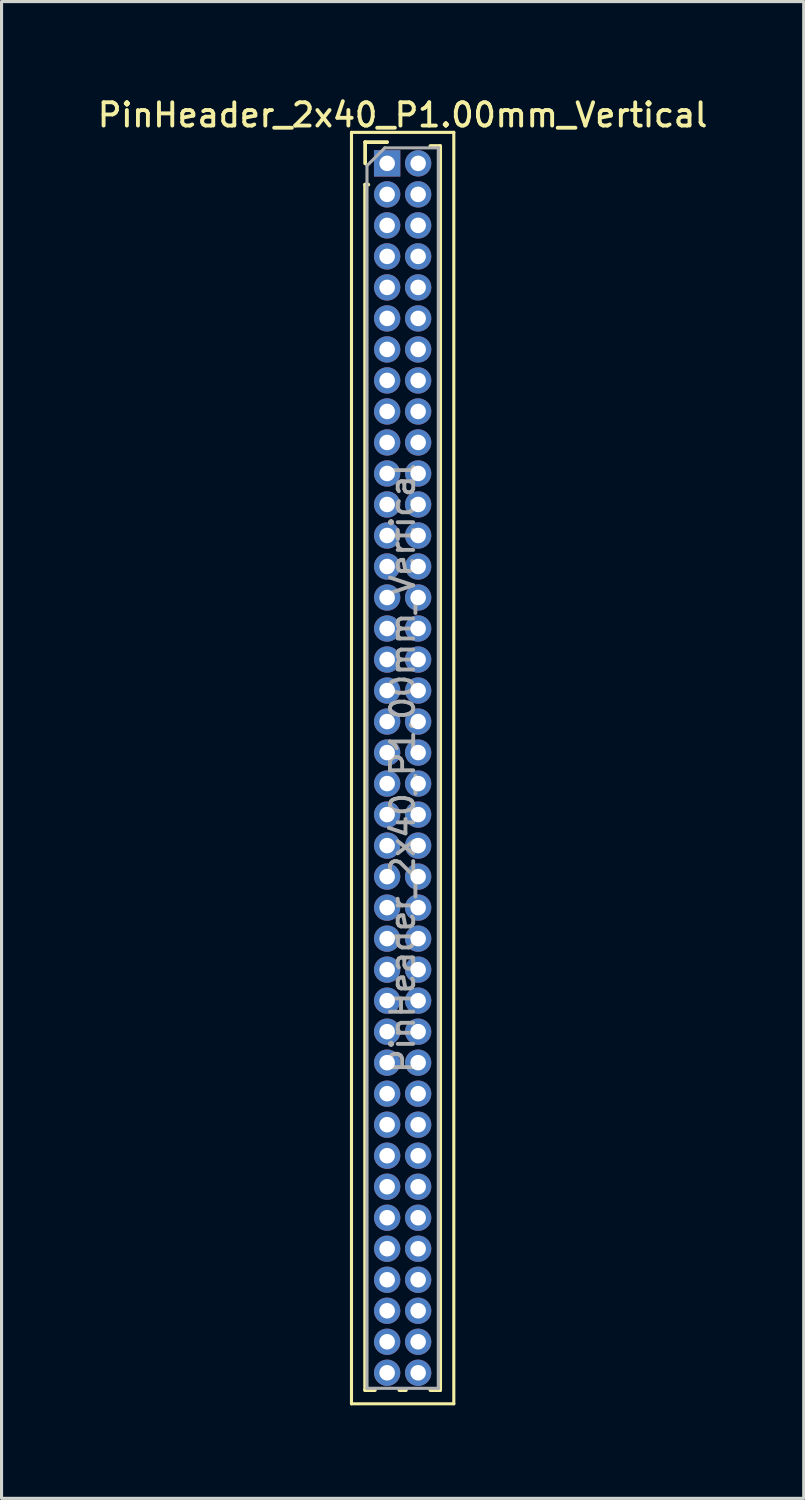
<source format=kicad_pcb>
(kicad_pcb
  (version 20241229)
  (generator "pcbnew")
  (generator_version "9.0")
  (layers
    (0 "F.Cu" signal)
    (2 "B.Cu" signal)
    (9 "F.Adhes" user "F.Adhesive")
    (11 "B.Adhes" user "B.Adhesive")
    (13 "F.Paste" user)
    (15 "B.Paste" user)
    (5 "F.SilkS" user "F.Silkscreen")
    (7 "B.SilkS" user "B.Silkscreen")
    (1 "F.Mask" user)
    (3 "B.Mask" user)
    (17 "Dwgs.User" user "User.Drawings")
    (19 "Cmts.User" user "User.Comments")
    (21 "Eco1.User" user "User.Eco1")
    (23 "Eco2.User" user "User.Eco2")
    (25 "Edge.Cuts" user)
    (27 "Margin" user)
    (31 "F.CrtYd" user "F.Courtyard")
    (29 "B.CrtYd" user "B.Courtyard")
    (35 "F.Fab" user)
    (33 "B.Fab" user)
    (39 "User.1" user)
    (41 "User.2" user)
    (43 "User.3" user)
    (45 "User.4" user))
  (footprint "PinHeader_2x40_P1.00mm_Vertical"
    (layer "F.Cu")
    (at 9.434 2.218)
    (property "Reference" "PinHeader_2x40_P1.00mm_Vertical" (at 0.5 -1.56 0) (layer "F.SilkS") (effects (font (size 0.75 0.75) (thickness 0.125))))
    (attr through_hole)
    (fp_line (start -1.15 -1) (end -1.15 40) (stroke (width 0.1) (type solid)) (layer "F.SilkS"))
    (fp_line (start -1.15 40) (end 2.15 40) (stroke (width 0.1) (type solid)) (layer "F.SilkS"))
    (fp_line (start -0.71 -0.685) (end 0 -0.685) (stroke (width 0.12) (type solid)) (layer "F.SilkS"))
    (fp_line (start -0.71 0) (end -0.71 -0.685) (stroke (width 0.12) (type solid)) (layer "F.SilkS"))
    (fp_line (start -0.71 0.685) (end -0.71 39.56) (stroke (width 0.12) (type solid)) (layer "F.SilkS"))
    (fp_line (start -0.71 0.685) (end -0.608 0.685) (stroke (width 0.12) (type solid)) (layer "F.SilkS"))
    (fp_line (start -0.71 39.56) (end -0.394 39.56) (stroke (width 0.12) (type solid)) (layer "F.SilkS"))
    (fp_line (start 0.394 39.56) (end 0.606 39.56) (stroke (width 0.12) (type solid)) (layer "F.SilkS"))
    (fp_line (start 1.394 -0.56) (end 1.71 -0.56) (stroke (width 0.12) (type solid)) (layer "F.SilkS"))
    (fp_line (start 1.394 39.56) (end 1.71 39.56) (stroke (width 0.12) (type solid)) (layer "F.SilkS"))
    (fp_line (start 1.71 -0.56) (end 1.71 39.56) (stroke (width 0.12) (type solid)) (layer "F.SilkS"))
    (fp_line (start 2.15 -1) (end -1.15 -1) (stroke (width 0.1) (type solid)) (layer "F.SilkS"))
    (fp_line (start 2.15 40) (end 2.15 -1) (stroke (width 0.1) (type solid)) (layer "F.SilkS"))
    (fp_line (start -0.65 0.075) (end -0.075 -0.5) (stroke (width 0.1) (type solid)) (layer "F.Fab"))
    (fp_line (start -0.65 39.5) (end -0.65 0.075) (stroke (width 0.1) (type solid)) (layer "F.Fab"))
    (fp_line (start -0.075 -0.5) (end 1.65 -0.5) (stroke (width 0.1) (type solid)) (layer "F.Fab"))
    (fp_line (start 1.65 -0.5) (end 1.65 39.5) (stroke (width 0.1) (type solid)) (layer "F.Fab"))
    (fp_line (start 1.65 39.5) (end -0.65 39.5) (stroke (width 0.1) (type solid)) (layer "F.Fab"))
    (fp_text user "${REFERENCE}" (at 0.5 19.5 90) (layer "F.Fab") (effects (font (size 0.75 0.75) (thickness 0.125))))
    (pad "1" thru_hole rect (at 0 0) (size 0.85 0.85) (drill 0.5) (layers "*.Cu" "*.Mask"))
    (pad "2" thru_hole oval (at 1 0) (size 0.85 0.85) (drill 0.5) (layers "*.Cu" "*.Mask"))
    (pad "3" thru_hole oval (at 0 1) (size 0.85 0.85) (drill 0.5) (layers "*.Cu" "*.Mask"))
    (pad "4" thru_hole oval (at 1 1) (size 0.85 0.85) (drill 0.5) (layers "*.Cu" "*.Mask"))
    (pad "5" thru_hole oval (at 0 2) (size 0.85 0.85) (drill 0.5) (layers "*.Cu" "*.Mask"))
    (pad "6" thru_hole oval (at 1 2) (size 0.85 0.85) (drill 0.5) (layers "*.Cu" "*.Mask"))
    (pad "7" thru_hole oval (at 0 3) (size 0.85 0.85) (drill 0.5) (layers "*.Cu" "*.Mask"))
    (pad "8" thru_hole oval (at 1 3) (size 0.85 0.85) (drill 0.5) (layers "*.Cu" "*.Mask"))
    (pad "9" thru_hole oval (at 0 4) (size 0.85 0.85) (drill 0.5) (layers "*.Cu" "*.Mask"))
    (pad "10" thru_hole oval (at 1 4) (size 0.85 0.85) (drill 0.5) (layers "*.Cu" "*.Mask"))
    (pad "11" thru_hole oval (at 0 5) (size 0.85 0.85) (drill 0.5) (layers "*.Cu" "*.Mask"))
    (pad "12" thru_hole oval (at 1 5) (size 0.85 0.85) (drill 0.5) (layers "*.Cu" "*.Mask"))
    (pad "13" thru_hole oval (at 0 6) (size 0.85 0.85) (drill 0.5) (layers "*.Cu" "*.Mask"))
    (pad "14" thru_hole oval (at 1 6) (size 0.85 0.85) (drill 0.5) (layers "*.Cu" "*.Mask"))
    (pad "15" thru_hole oval (at 0 7) (size 0.85 0.85) (drill 0.5) (layers "*.Cu" "*.Mask"))
    (pad "16" thru_hole oval (at 1 7) (size 0.85 0.85) (drill 0.5) (layers "*.Cu" "*.Mask"))
    (pad "17" thru_hole oval (at 0 8) (size 0.85 0.85) (drill 0.5) (layers "*.Cu" "*.Mask"))
    (pad "18" thru_hole oval (at 1 8) (size 0.85 0.85) (drill 0.5) (layers "*.Cu" "*.Mask"))
    (pad "19" thru_hole oval (at 0 9) (size 0.85 0.85) (drill 0.5) (layers "*.Cu" "*.Mask"))
    (pad "20" thru_hole oval (at 1 9) (size 0.85 0.85) (drill 0.5) (layers "*.Cu" "*.Mask"))
    (pad "21" thru_hole oval (at 0 10) (size 0.85 0.85) (drill 0.5) (layers "*.Cu" "*.Mask"))
    (pad "22" thru_hole oval (at 1 10) (size 0.85 0.85) (drill 0.5) (layers "*.Cu" "*.Mask"))
    (pad "23" thru_hole oval (at 0 11) (size 0.85 0.85) (drill 0.5) (layers "*.Cu" "*.Mask"))
    (pad "24" thru_hole oval (at 1 11) (size 0.85 0.85) (drill 0.5) (layers "*.Cu" "*.Mask"))
    (pad "25" thru_hole oval (at 0 12) (size 0.85 0.85) (drill 0.5) (layers "*.Cu" "*.Mask"))
    (pad "26" thru_hole oval (at 1 12) (size 0.85 0.85) (drill 0.5) (layers "*.Cu" "*.Mask"))
    (pad "27" thru_hole oval (at 0 13) (size 0.85 0.85) (drill 0.5) (layers "*.Cu" "*.Mask"))
    (pad "28" thru_hole oval (at 1 13) (size 0.85 0.85) (drill 0.5) (layers "*.Cu" "*.Mask"))
    (pad "29" thru_hole oval (at 0 14) (size 0.85 0.85) (drill 0.5) (layers "*.Cu" "*.Mask"))
    (pad "30" thru_hole oval (at 1 14) (size 0.85 0.85) (drill 0.5) (layers "*.Cu" "*.Mask"))
    (pad "31" thru_hole oval (at 0 15) (size 0.85 0.85) (drill 0.5) (layers "*.Cu" "*.Mask"))
    (pad "32" thru_hole oval (at 1 15) (size 0.85 0.85) (drill 0.5) (layers "*.Cu" "*.Mask"))
    (pad "33" thru_hole oval (at 0 16) (size 0.85 0.85) (drill 0.5) (layers "*.Cu" "*.Mask"))
    (pad "34" thru_hole oval (at 1 16) (size 0.85 0.85) (drill 0.5) (layers "*.Cu" "*.Mask"))
    (pad "35" thru_hole oval (at 0 17) (size 0.85 0.85) (drill 0.5) (layers "*.Cu" "*.Mask"))
    (pad "36" thru_hole oval (at 1 17) (size 0.85 0.85) (drill 0.5) (layers "*.Cu" "*.Mask"))
    (pad "37" thru_hole oval (at 0 18) (size 0.85 0.85) (drill 0.5) (layers "*.Cu" "*.Mask"))
    (pad "38" thru_hole oval (at 1 18) (size 0.85 0.85) (drill 0.5) (layers "*.Cu" "*.Mask"))
    (pad "39" thru_hole oval (at 0 19) (size 0.85 0.85) (drill 0.5) (layers "*.Cu" "*.Mask"))
    (pad "40" thru_hole oval (at 1 19) (size 0.85 0.85) (drill 0.5) (layers "*.Cu" "*.Mask"))
    (pad "41" thru_hole oval (at 0 20) (size 0.85 0.85) (drill 0.5) (layers "*.Cu" "*.Mask"))
    (pad "42" thru_hole oval (at 1 20) (size 0.85 0.85) (drill 0.5) (layers "*.Cu" "*.Mask"))
    (pad "43" thru_hole oval (at 0 21) (size 0.85 0.85) (drill 0.5) (layers "*.Cu" "*.Mask"))
    (pad "44" thru_hole oval (at 1 21) (size 0.85 0.85) (drill 0.5) (layers "*.Cu" "*.Mask"))
    (pad "45" thru_hole oval (at 0 22) (size 0.85 0.85) (drill 0.5) (layers "*.Cu" "*.Mask"))
    (pad "46" thru_hole oval (at 1 22) (size 0.85 0.85) (drill 0.5) (layers "*.Cu" "*.Mask"))
    (pad "47" thru_hole oval (at 0 23) (size 0.85 0.85) (drill 0.5) (layers "*.Cu" "*.Mask"))
    (pad "48" thru_hole oval (at 1 23) (size 0.85 0.85) (drill 0.5) (layers "*.Cu" "*.Mask"))
    (pad "49" thru_hole oval (at 0 24) (size 0.85 0.85) (drill 0.5) (layers "*.Cu" "*.Mask"))
    (pad "50" thru_hole oval (at 1 24) (size 0.85 0.85) (drill 0.5) (layers "*.Cu" "*.Mask"))
    (pad "51" thru_hole oval (at 0 25) (size 0.85 0.85) (drill 0.5) (layers "*.Cu" "*.Mask"))
    (pad "52" thru_hole oval (at 1 25) (size 0.85 0.85) (drill 0.5) (layers "*.Cu" "*.Mask"))
    (pad "53" thru_hole oval (at 0 26) (size 0.85 0.85) (drill 0.5) (layers "*.Cu" "*.Mask"))
    (pad "54" thru_hole oval (at 1 26) (size 0.85 0.85) (drill 0.5) (layers "*.Cu" "*.Mask"))
    (pad "55" thru_hole oval (at 0 27) (size 0.85 0.85) (drill 0.5) (layers "*.Cu" "*.Mask"))
    (pad "56" thru_hole oval (at 1 27) (size 0.85 0.85) (drill 0.5) (layers "*.Cu" "*.Mask"))
    (pad "57" thru_hole oval (at 0 28) (size 0.85 0.85) (drill 0.5) (layers "*.Cu" "*.Mask"))
    (pad "58" thru_hole oval (at 1 28) (size 0.85 0.85) (drill 0.5) (layers "*.Cu" "*.Mask"))
    (pad "59" thru_hole oval (at 0 29) (size 0.85 0.85) (drill 0.5) (layers "*.Cu" "*.Mask"))
    (pad "60" thru_hole oval (at 1 29) (size 0.85 0.85) (drill 0.5) (layers "*.Cu" "*.Mask"))
    (pad "61" thru_hole oval (at 0 30) (size 0.85 0.85) (drill 0.5) (layers "*.Cu" "*.Mask"))
    (pad "62" thru_hole oval (at 1 30) (size 0.85 0.85) (drill 0.5) (layers "*.Cu" "*.Mask"))
    (pad "63" thru_hole oval (at 0 31) (size 0.85 0.85) (drill 0.5) (layers "*.Cu" "*.Mask"))
    (pad "64" thru_hole oval (at 1 31) (size 0.85 0.85) (drill 0.5) (layers "*.Cu" "*.Mask"))
    (pad "65" thru_hole oval (at 0 32) (size 0.85 0.85) (drill 0.5) (layers "*.Cu" "*.Mask"))
    (pad "66" thru_hole oval (at 1 32) (size 0.85 0.85) (drill 0.5) (layers "*.Cu" "*.Mask"))
    (pad "67" thru_hole oval (at 0 33) (size 0.85 0.85) (drill 0.5) (layers "*.Cu" "*.Mask"))
    (pad "68" thru_hole oval (at 1 33) (size 0.85 0.85) (drill 0.5) (layers "*.Cu" "*.Mask"))
    (pad "69" thru_hole oval (at 0 34) (size 0.85 0.85) (drill 0.5) (layers "*.Cu" "*.Mask"))
    (pad "70" thru_hole oval (at 1 34) (size 0.85 0.85) (drill 0.5) (layers "*.Cu" "*.Mask"))
    (pad "71" thru_hole oval (at 0 35) (size 0.85 0.85) (drill 0.5) (layers "*.Cu" "*.Mask"))
    (pad "72" thru_hole oval (at 1 35) (size 0.85 0.85) (drill 0.5) (layers "*.Cu" "*.Mask"))
    (pad "73" thru_hole oval (at 0 36) (size 0.85 0.85) (drill 0.5) (layers "*.Cu" "*.Mask"))
    (pad "74" thru_hole oval (at 1 36) (size 0.85 0.85) (drill 0.5) (layers "*.Cu" "*.Mask"))
    (pad "75" thru_hole oval (at 0 37) (size 0.85 0.85) (drill 0.5) (layers "*.Cu" "*.Mask"))
    (pad "76" thru_hole oval (at 1 37) (size 0.85 0.85) (drill 0.5) (layers "*.Cu" "*.Mask"))
    (pad "77" thru_hole oval (at 0 38) (size 0.85 0.85) (drill 0.5) (layers "*.Cu" "*.Mask"))
    (pad "78" thru_hole oval (at 1 38) (size 0.85 0.85) (drill 0.5) (layers "*.Cu" "*.Mask"))
    (pad "79" thru_hole oval (at 0 39) (size 0.85 0.85) (drill 0.5) (layers "*.Cu" "*.Mask"))
    (pad "80" thru_hole oval (at 1 39) (size 0.85 0.85) (drill 0.5) (layers "*.Cu" "*.Mask")))
  (gr_rect
    (start -3 -3)
    (end 22.868 45.268)
    (stroke (width 0.1) (type default))
    (fill no)
    (layer "Edge.Cuts")))
</source>
